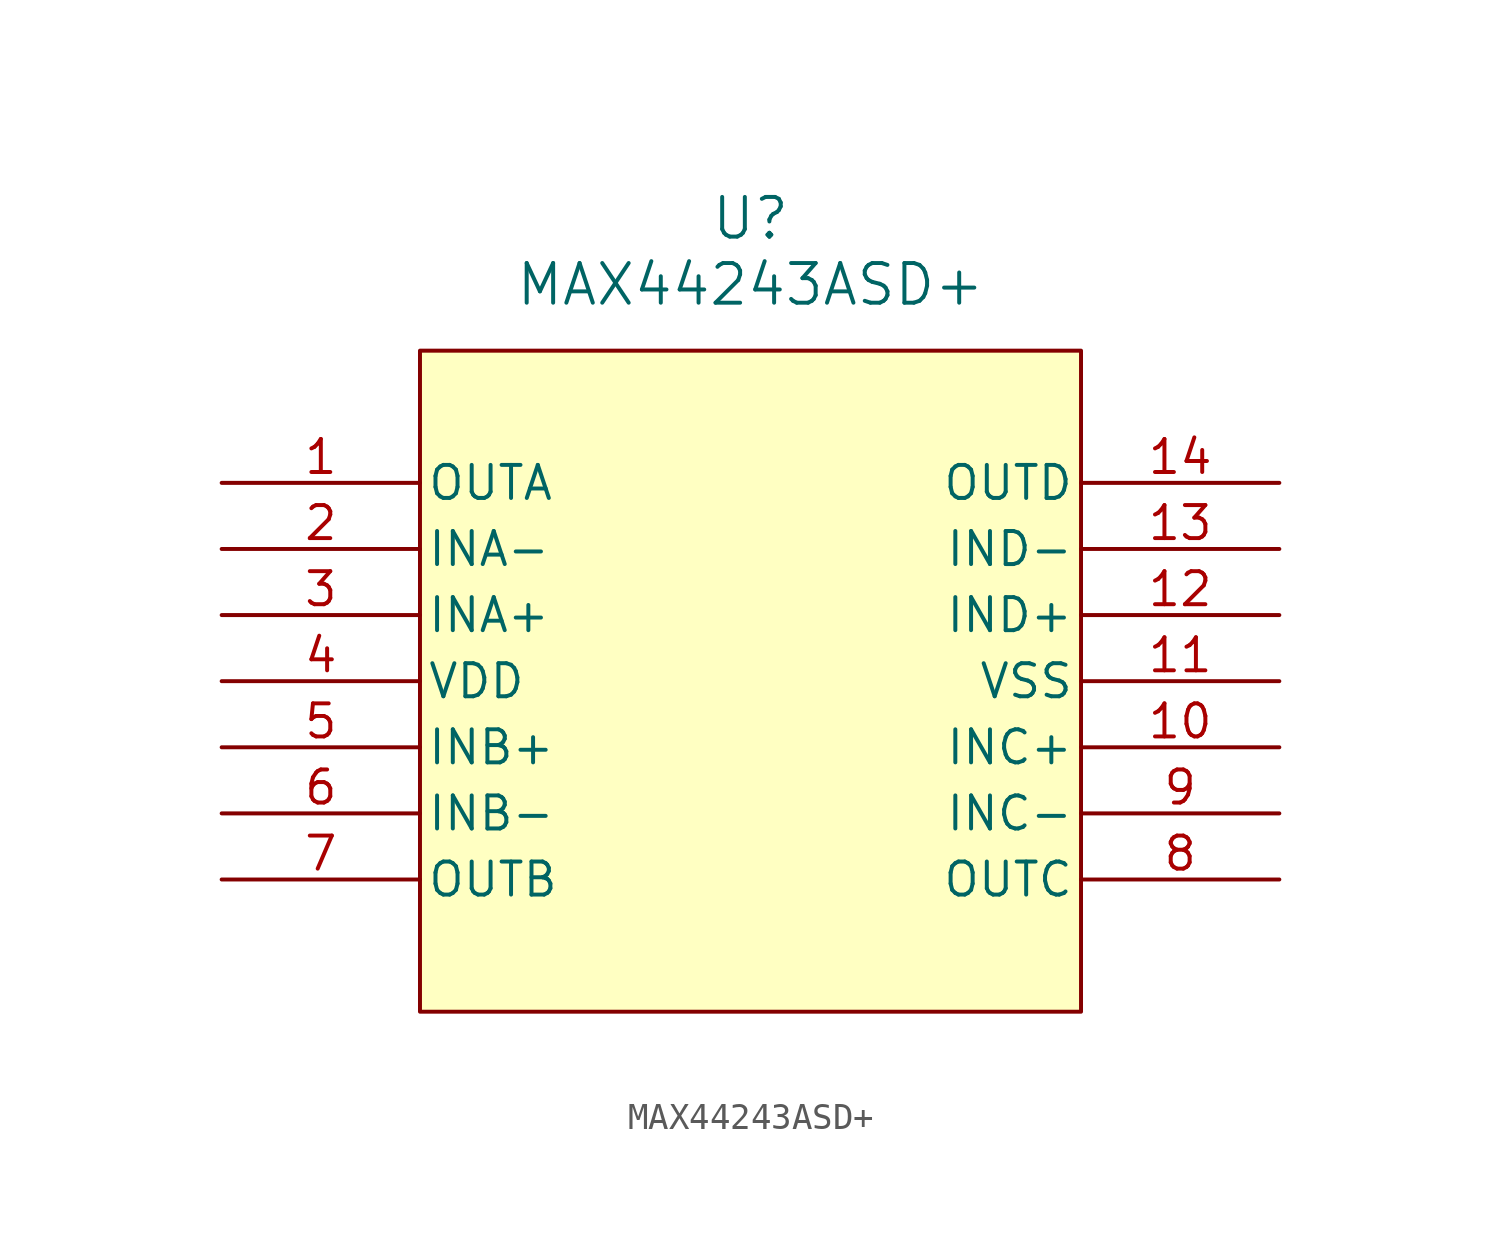
<source format=kicad_sym>
(kicad_symbol_lib
  (version 20231120)
  (generator "kicad_symbol_editor")
  (generator_version "8.0")
  (symbol "MAX44243ASD+"
    (pin_names
      (offset 0.254))
    (property "Reference" "U"
      (at 20.32 10.16 0)
      (effects (font (size 1.524 1.524))))
    (property "Value" "MAX44243ASD+"
      (at 20.32 7.62 0)
      (effects (font (size 1.524 1.524))))
    (property "ki_locked" ""
      (at 0 0 0)
      (effects (font (size 1.27 1.27))))
    (symbol "MAX44243ASD+_0_1"
      (pin output line (at 0 0 0) (length 7.62) (name "OUTA" (effects (font (size 1.27 1.27)))) (number "1" (effects (font (size 1.27 1.27)))))
      (pin output line (at 40.64 0 180) (length 7.62) (name "OUTD" (effects (font (size 1.27 1.27)))) (number "14" (effects (font (size 1.27 1.27)))))
      (pin power_in line (at 0 -7.62 0) (length 7.62) (name "VDD" (effects (font (size 1.27 1.27)))) (number "4" (effects (font (size 1.27 1.27)))))
      (pin output line (at 0 -15.24 0) (length 7.62) (name "OUTB" (effects (font (size 1.27 1.27)))) (number "7" (effects (font (size 1.27 1.27)))))
      (pin output line (at 40.64 -15.24 180) (length 7.62) (name "OUTC" (effects (font (size 1.27 1.27)))) (number "8" (effects (font (size 1.27 1.27))))))
    (symbol "MAX44243ASD+_1_1"
      (rectangle (start 7.62 5.08) (end 33.02 -20.32) (stroke (width 0) (type default)) (fill (type background)))
      (pin passive line (at 40.64 -10.16 180) (length 7.62) (name "INC+" (effects (font (size 1.27 1.27)))) (number "10" (effects (font (size 1.27 1.27)))))
      (pin power_in line (at 40.64 -7.62 180) (length 7.62) (name "VSS" (effects (font (size 1.27 1.27)))) (number "11" (effects (font (size 1.27 1.27)))))
      (pin passive line (at 40.64 -5.08 180) (length 7.62) (name "IND+" (effects (font (size 1.27 1.27)))) (number "12" (effects (font (size 1.27 1.27)))))
      (pin passive line (at 40.64 -2.54 180) (length 7.62) (name "IND-" (effects (font (size 1.27 1.27)))) (number "13" (effects (font (size 1.27 1.27)))))
      (pin passive line (at 0 -2.54 0) (length 7.62) (name "INA-" (effects (font (size 1.27 1.27)))) (number "2" (effects (font (size 1.27 1.27)))))
      (pin passive line (at 0 -5.08 0) (length 7.62) (name "INA+" (effects (font (size 1.27 1.27)))) (number "3" (effects (font (size 1.27 1.27)))))
      (pin passive line (at 0 -10.16 0) (length 7.62) (name "INB+" (effects (font (size 1.27 1.27)))) (number "5" (effects (font (size 1.27 1.27)))))
      (pin passive line (at 0 -12.7 0) (length 7.62) (name "INB-" (effects (font (size 1.27 1.27)))) (number "6" (effects (font (size 1.27 1.27)))))
      (pin passive line (at 40.64 -12.7 180) (length 7.62) (name "INC-" (effects (font (size 1.27 1.27)))) (number "9" (effects (font (size 1.27 1.27))))))))
</source>
